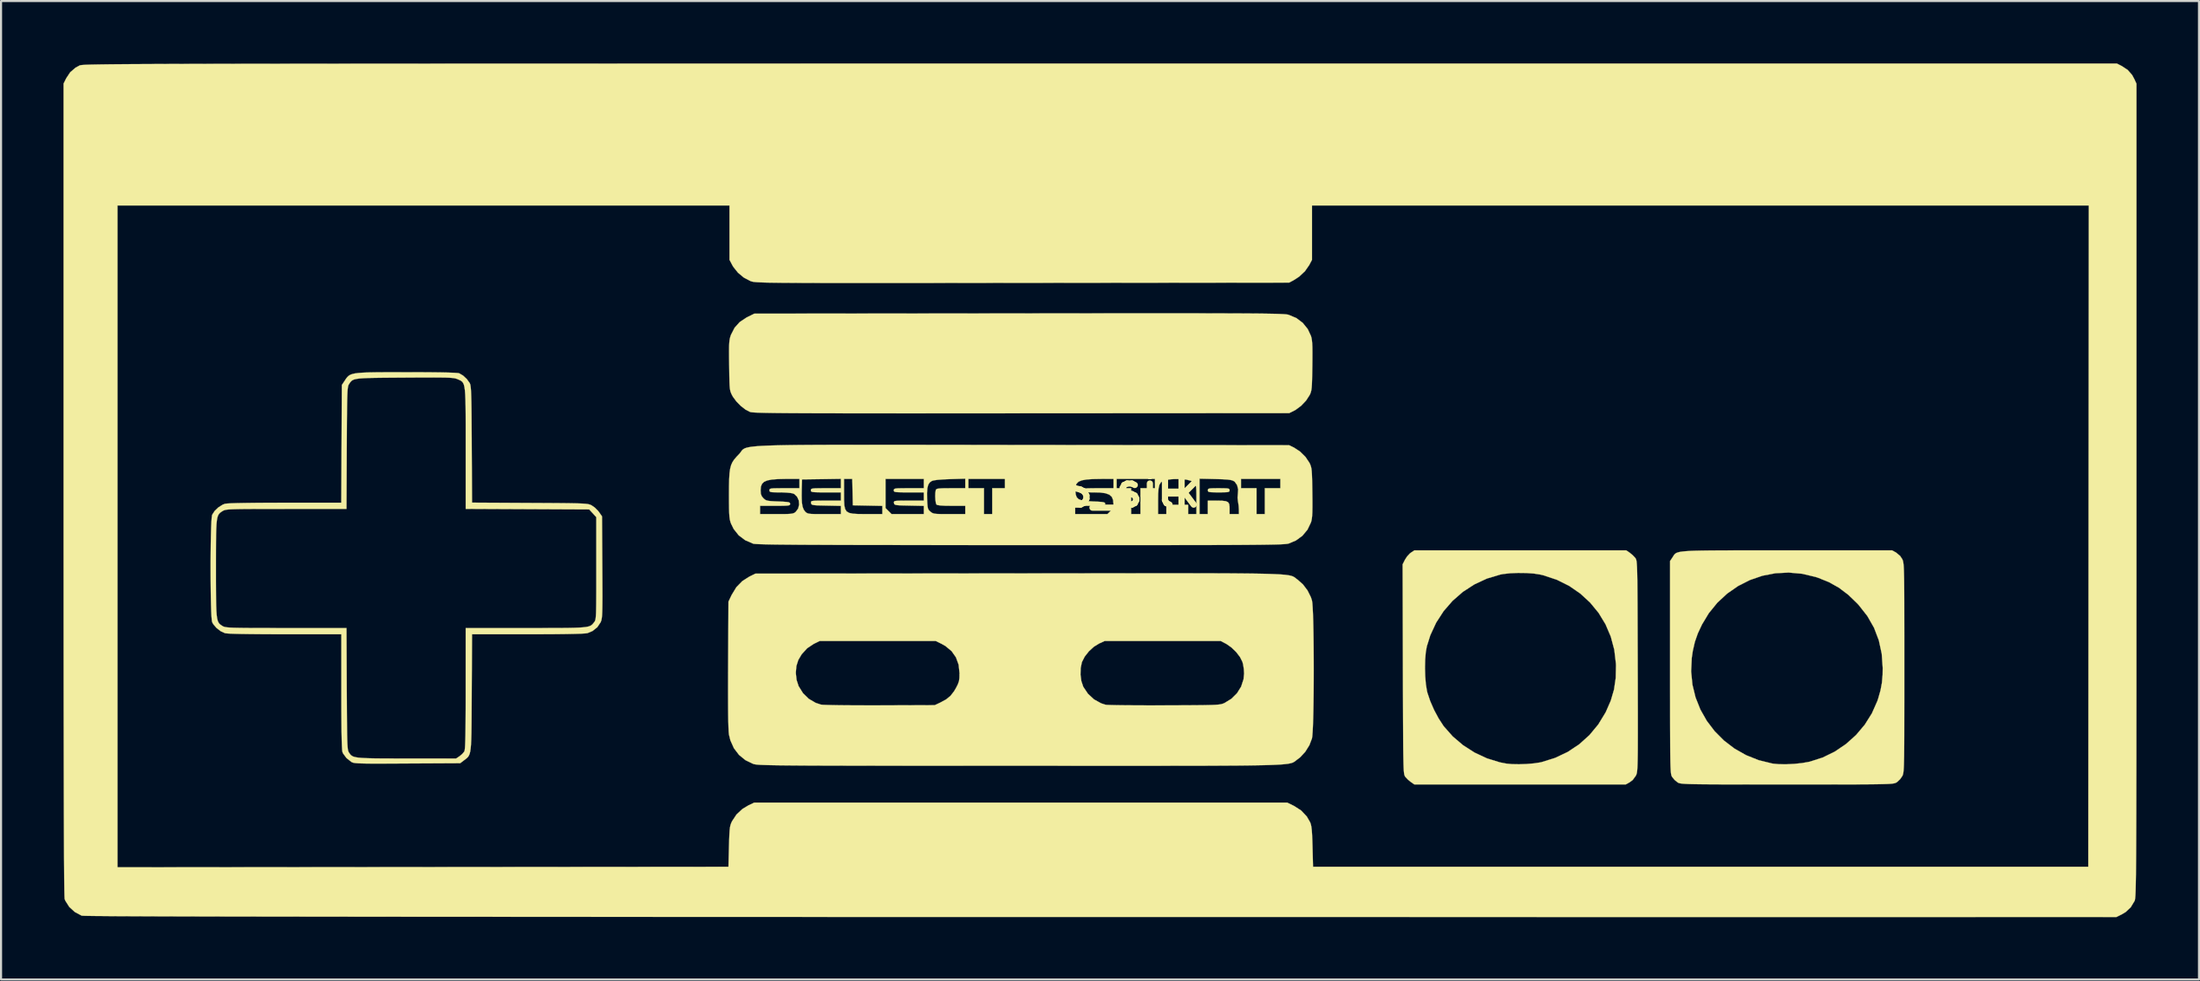
<source format=kicad_pcb>
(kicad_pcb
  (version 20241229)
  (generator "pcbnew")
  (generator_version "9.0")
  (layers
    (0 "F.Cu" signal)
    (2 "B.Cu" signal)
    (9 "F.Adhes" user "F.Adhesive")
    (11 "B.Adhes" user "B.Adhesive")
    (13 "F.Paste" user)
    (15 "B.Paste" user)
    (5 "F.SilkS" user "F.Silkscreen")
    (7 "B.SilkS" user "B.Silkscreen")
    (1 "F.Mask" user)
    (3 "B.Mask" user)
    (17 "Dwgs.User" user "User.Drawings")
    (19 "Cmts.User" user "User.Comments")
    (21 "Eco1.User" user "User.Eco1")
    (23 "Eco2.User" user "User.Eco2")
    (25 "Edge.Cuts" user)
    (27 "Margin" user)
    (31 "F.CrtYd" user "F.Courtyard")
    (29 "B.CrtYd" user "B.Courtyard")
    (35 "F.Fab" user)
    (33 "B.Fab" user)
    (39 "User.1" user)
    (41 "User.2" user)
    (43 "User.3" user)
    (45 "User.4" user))
  (footprint "NES_silk"
    (layer "F.Cu")
    (at 49.809 20.524)
    (property "Reference" "NES_silk" (at 0 0 0) (layer "F.SilkS") (effects (font (size 1.524 1.524) (thickness 0.3))))
    (attr through_hole)
    (fp_poly (pts (xy 4.224 0.112) (xy 4.239 0.299) (xy 3.181 0.299) (xy 3.197 0.112) (xy 3.212 -0.075) (xy 4.208 -0.075) (xy 4.224 0.112)) (stroke (width 0.01) (type solid)) (fill yes) (layer "F.SilkS"))
    (fp_poly (pts (xy 5.936 -0.098) (xy 6.087 -0.092) (xy 6.174 -0.078) (xy 6.214 -0.053) (xy 6.225 -0.012) (xy 6.225 0) (xy 6.219 0.044) (xy 6.188 0.073) (xy 6.114 0.09) (xy 5.98 0.097) (xy 5.768 0.1) (xy 5.703 0.1) (xy 5.469 0.098) (xy 5.318 0.092) (xy 5.231 0.078) (xy 5.191 0.053) (xy 5.18 0.012) (xy 5.18 0) (xy 5.186 -0.044) (xy 5.218 -0.073) (xy 5.291 -0.09) (xy 5.425 -0.097) (xy 5.637 -0.1) (xy 5.703 -0.1) (xy 5.936 -0.098)) (stroke (width 0.01) (type solid)) (fill yes) (layer "F.SilkS"))
    (fp_poly (pts (xy 3.562 -8.509) (xy 4.304 -8.509) (xy 4.975 -8.508) (xy 5.579 -8.507) (xy 6.12 -8.505) (xy 6.601 -8.504) (xy 7.026 -8.501) (xy 7.398 -8.499) (xy 7.721 -8.496) (xy 8 -8.492) (xy 8.236 -8.488) (xy 8.435 -8.484) (xy 8.599 -8.479) (xy 8.732 -8.473) (xy 8.838 -8.467) (xy 8.921 -8.46) (xy 8.983 -8.453) (xy 9.03 -8.445) (xy 9.059 -8.438) (xy 9.429 -8.283) (xy 9.738 -8.052) (xy 9.979 -7.755) (xy 10.136 -7.419) (xy 10.162 -7.325) (xy 10.181 -7.211) (xy 10.195 -7.066) (xy 10.203 -6.873) (xy 10.205 -6.62) (xy 10.204 -6.292) (xy 10.201 -5.991) (xy 10.195 -5.614) (xy 10.189 -5.322) (xy 10.181 -5.101) (xy 10.17 -4.937) (xy 10.154 -4.816) (xy 10.132 -4.723) (xy 10.104 -4.645) (xy 10.073 -4.58) (xy 9.899 -4.311) (xy 9.662 -4.062) (xy 9.397 -3.866) (xy 9.319 -3.824) (xy 9.089 -3.71) (xy -3.76 -3.702) (xy -5.111 -3.701) (xy -6.367 -3.7) (xy -7.529 -3.7) (xy -8.603 -3.699) (xy -9.591 -3.699) (xy -10.497 -3.7) (xy -11.325 -3.7) (xy -12.078 -3.701) (xy -12.759 -3.702) (xy -13.373 -3.703) (xy -13.922 -3.705) (xy -14.41 -3.707) (xy -14.842 -3.709) (xy -15.219 -3.712) (xy -15.546 -3.715) (xy -15.827 -3.719) (xy -16.064 -3.723) (xy -16.262 -3.728) (xy -16.424 -3.733) (xy -16.553 -3.738) (xy -16.653 -3.744) (xy -16.728 -3.751) (xy -16.78 -3.758) (xy -16.815 -3.766) (xy -16.82 -3.768) (xy -17.036 -3.88) (xy -17.264 -4.057) (xy -17.475 -4.273) (xy -17.642 -4.5) (xy -17.671 -4.552) (xy -17.713 -4.634) (xy -17.745 -4.709) (xy -17.769 -4.793) (xy -17.787 -4.899) (xy -17.799 -5.041) (xy -17.807 -5.233) (xy -17.813 -5.491) (xy -17.818 -5.828) (xy -17.82 -6.004) (xy -17.825 -6.385) (xy -17.826 -6.681) (xy -17.824 -6.907) (xy -17.817 -7.077) (xy -17.804 -7.207) (xy -17.785 -7.311) (xy -17.759 -7.403) (xy -17.733 -7.477) (xy -17.561 -7.813) (xy -17.318 -8.085) (xy -16.996 -8.301) (xy -16.945 -8.328) (xy -16.612 -8.492) (xy -3.913 -8.504) (xy -2.575 -8.506) (xy -1.333 -8.507) (xy -0.184 -8.508) (xy 0.876 -8.509) (xy 1.852 -8.509) (xy 2.746 -8.509) (xy 3.562 -8.509)) (stroke (width 0.01) (type solid)) (fill yes) (layer "F.SilkS"))
    (fp_poly (pts (xy 25.45 3.001) (xy 25.59 3.115) (xy 25.71 3.242) (xy 25.719 3.253) (xy 25.736 3.277) (xy 25.751 3.305) (xy 25.764 3.341) (xy 25.776 3.393) (xy 25.786 3.465) (xy 25.794 3.565) (xy 25.802 3.697) (xy 25.808 3.867) (xy 25.813 4.083) (xy 25.818 4.348) (xy 25.821 4.67) (xy 25.824 5.053) (xy 25.827 5.505) (xy 25.829 6.03) (xy 25.831 6.635) (xy 25.833 7.325) (xy 25.836 8.107) (xy 25.836 8.453) (xy 25.839 9.274) (xy 25.84 10.001) (xy 25.842 10.641) (xy 25.842 11.199) (xy 25.842 11.681) (xy 25.841 12.093) (xy 25.84 12.441) (xy 25.837 12.731) (xy 25.833 12.969) (xy 25.828 13.161) (xy 25.822 13.313) (xy 25.814 13.431) (xy 25.805 13.52) (xy 25.795 13.587) (xy 25.782 13.637) (xy 25.768 13.677) (xy 25.753 13.713) (xy 25.749 13.72) (xy 25.597 13.929) (xy 25.455 14.036) (xy 25.262 14.144) (xy 15.105 14.144) (xy 14.941 14.032) (xy 14.801 13.918) (xy 14.681 13.791) (xy 14.672 13.78) (xy 14.655 13.756) (xy 14.64 13.728) (xy 14.627 13.692) (xy 14.615 13.64) (xy 14.605 13.567) (xy 14.596 13.468) (xy 14.589 13.335) (xy 14.583 13.164) (xy 14.578 12.948) (xy 14.573 12.682) (xy 14.569 12.36) (xy 14.566 11.976) (xy 14.564 11.523) (xy 14.561 10.997) (xy 14.559 10.391) (xy 14.557 9.699) (xy 14.555 8.915) (xy 14.554 8.6) (xy 14.554 8.537) (xy 15.614 8.537) (xy 15.625 8.935) (xy 15.655 9.309) (xy 15.706 9.63) (xy 15.731 9.737) (xy 15.866 10.137) (xy 16.051 10.561) (xy 16.269 10.969) (xy 16.499 11.323) (xy 16.525 11.358) (xy 16.95 11.838) (xy 17.446 12.259) (xy 17.998 12.613) (xy 18.592 12.89) (xy 19.212 13.082) (xy 19.532 13.144) (xy 19.804 13.169) (xy 20.138 13.175) (xy 20.496 13.162) (xy 20.842 13.133) (xy 21.14 13.088) (xy 21.216 13.072) (xy 21.869 12.868) (xy 22.475 12.581) (xy 23.026 12.214) (xy 23.516 11.773) (xy 23.939 11.264) (xy 24.288 10.691) (xy 24.305 10.658) (xy 24.542 10.116) (xy 24.699 9.58) (xy 24.78 9.024) (xy 24.793 8.421) (xy 24.789 8.33) (xy 24.711 7.666) (xy 24.542 7.034) (xy 24.289 6.442) (xy 23.957 5.895) (xy 23.551 5.401) (xy 23.079 4.967) (xy 22.546 4.599) (xy 21.957 4.305) (xy 21.318 4.091) (xy 21.154 4.052) (xy 20.849 4.004) (xy 20.482 3.978) (xy 20.089 3.973) (xy 19.705 3.989) (xy 19.367 4.027) (xy 19.235 4.052) (xy 18.59 4.245) (xy 17.988 4.525) (xy 17.436 4.883) (xy 16.941 5.314) (xy 16.511 5.809) (xy 16.152 6.364) (xy 15.871 6.97) (xy 15.703 7.504) (xy 15.652 7.791) (xy 15.623 8.146) (xy 15.614 8.537) (xy 14.554 8.537) (xy 14.541 3.561) (xy 14.654 3.337) (xy 14.758 3.177) (xy 14.887 3.039) (xy 14.936 3.001) (xy 15.105 2.889) (xy 25.286 2.889) (xy 25.45 3.001)) (stroke (width 0.01) (type solid)) (fill yes) (layer "F.SilkS"))
    (fp_poly (pts (xy 32.164 2.889) (xy 33.003 2.889) (xy 33.013 2.889) (xy 38.062 2.889) (xy 38.255 2.997) (xy 38.45 3.161) (xy 38.548 3.312) (xy 38.564 3.347) (xy 38.579 3.387) (xy 38.591 3.436) (xy 38.602 3.502) (xy 38.612 3.589) (xy 38.62 3.704) (xy 38.627 3.853) (xy 38.632 4.042) (xy 38.637 4.277) (xy 38.64 4.563) (xy 38.643 4.907) (xy 38.645 5.315) (xy 38.646 5.792) (xy 38.647 6.345) (xy 38.648 6.98) (xy 38.648 7.702) (xy 38.648 8.517) (xy 38.648 8.534) (xy 38.648 9.352) (xy 38.648 10.076) (xy 38.647 10.712) (xy 38.646 11.267) (xy 38.645 11.745) (xy 38.643 12.154) (xy 38.64 12.499) (xy 38.637 12.786) (xy 38.632 13.021) (xy 38.627 13.211) (xy 38.62 13.359) (xy 38.612 13.474) (xy 38.603 13.561) (xy 38.592 13.625) (xy 38.579 13.674) (xy 38.565 13.711) (xy 38.55 13.743) (xy 38.444 13.894) (xy 38.309 14.022) (xy 38.282 14.04) (xy 38.254 14.057) (xy 38.223 14.072) (xy 38.183 14.085) (xy 38.13 14.096) (xy 38.055 14.106) (xy 37.955 14.115) (xy 37.822 14.122) (xy 37.652 14.127) (xy 37.438 14.132) (xy 37.174 14.136) (xy 36.855 14.139) (xy 36.474 14.141) (xy 36.026 14.142) (xy 35.505 14.143) (xy 34.905 14.144) (xy 34.22 14.144) (xy 33.444 14.144) (xy 33.014 14.144) (xy 32.19 14.144) (xy 31.459 14.144) (xy 30.816 14.143) (xy 30.255 14.143) (xy 29.771 14.141) (xy 29.356 14.139) (xy 29.006 14.137) (xy 28.715 14.133) (xy 28.476 14.129) (xy 28.284 14.124) (xy 28.133 14.117) (xy 28.017 14.109) (xy 27.93 14.1) (xy 27.867 14.09) (xy 27.821 14.077) (xy 27.786 14.064) (xy 27.758 14.048) (xy 27.753 14.045) (xy 27.612 13.93) (xy 27.495 13.789) (xy 27.491 13.784) (xy 27.476 13.756) (xy 27.461 13.723) (xy 27.449 13.679) (xy 27.438 13.619) (xy 27.429 13.537) (xy 27.421 13.427) (xy 27.414 13.283) (xy 27.408 13.099) (xy 27.404 12.869) (xy 27.4 12.587) (xy 27.398 12.248) (xy 27.396 11.846) (xy 27.394 11.375) (xy 27.393 10.829) (xy 27.393 10.201) (xy 27.392 9.487) (xy 27.392 8.711) (xy 28.403 8.711) (xy 28.466 9.348) (xy 28.616 9.962) (xy 28.848 10.544) (xy 29.157 11.089) (xy 29.536 11.587) (xy 29.98 12.033) (xy 30.483 12.418) (xy 31.04 12.735) (xy 31.644 12.977) (xy 32.29 13.136) (xy 32.358 13.147) (xy 32.642 13.173) (xy 32.987 13.175) (xy 33.36 13.156) (xy 33.727 13.118) (xy 34.053 13.061) (xy 34.11 13.048) (xy 34.73 12.849) (xy 35.312 12.563) (xy 35.848 12.199) (xy 36.329 11.767) (xy 36.746 11.273) (xy 37.089 10.727) (xy 37.35 10.138) (xy 37.393 10.011) (xy 37.503 9.622) (xy 37.571 9.26) (xy 37.604 8.88) (xy 37.61 8.545) (xy 37.562 7.86) (xy 37.423 7.216) (xy 37.193 6.611) (xy 36.871 6.046) (xy 36.457 5.519) (xy 36.385 5.441) (xy 35.949 5.021) (xy 35.505 4.685) (xy 35.031 4.419) (xy 34.503 4.206) (xy 34.387 4.168) (xy 33.74 4.014) (xy 33.092 3.956) (xy 32.451 3.989) (xy 31.826 4.11) (xy 31.226 4.316) (xy 30.66 4.603) (xy 30.137 4.966) (xy 29.665 5.403) (xy 29.253 5.91) (xy 28.926 6.453) (xy 28.725 6.882) (xy 28.583 7.289) (xy 28.485 7.717) (xy 28.434 8.059) (xy 28.403 8.711) (xy 27.392 8.711) (xy 27.392 8.681) (xy 27.392 8.511) (xy 27.392 3.401) (xy 27.505 3.232) (xy 27.54 3.178) (xy 27.57 3.129) (xy 27.601 3.086) (xy 27.64 3.049) (xy 27.691 3.016) (xy 27.762 2.989) (xy 27.856 2.965) (xy 27.981 2.946) (xy 28.142 2.93) (xy 28.345 2.917) (xy 28.595 2.907) (xy 28.899 2.9) (xy 29.261 2.895) (xy 29.689 2.892) (xy 30.187 2.89) (xy 30.762 2.889) (xy 31.419 2.888) (xy 32.164 2.889)) (stroke (width 0.01) (type solid)) (fill yes) (layer "F.SilkS"))
    (fp_poly (pts (xy 4.355 3.99) (xy 5.033 3.991) (xy 5.645 3.993) (xy 6.193 3.995) (xy 6.682 3.999) (xy 7.115 4.003) (xy 7.497 4.008) (xy 7.829 4.014) (xy 8.117 4.022) (xy 8.364 4.031) (xy 8.573 4.041) (xy 8.749 4.052) (xy 8.894 4.065) (xy 9.013 4.08) (xy 9.108 4.096) (xy 9.185 4.114) (xy 9.246 4.134) (xy 9.295 4.156) (xy 9.336 4.179) (xy 9.372 4.205) (xy 9.407 4.233) (xy 9.445 4.263) (xy 9.49 4.296) (xy 9.494 4.299) (xy 9.75 4.525) (xy 9.97 4.816) (xy 10.132 5.141) (xy 10.184 5.302) (xy 10.202 5.424) (xy 10.217 5.635) (xy 10.231 5.923) (xy 10.243 6.277) (xy 10.252 6.686) (xy 10.259 7.138) (xy 10.264 7.624) (xy 10.267 8.131) (xy 10.268 8.649) (xy 10.267 9.166) (xy 10.264 9.671) (xy 10.258 10.153) (xy 10.251 10.601) (xy 10.241 11.003) (xy 10.229 11.35) (xy 10.215 11.628) (xy 10.199 11.828) (xy 10.184 11.93) (xy 10.059 12.258) (xy 9.865 12.569) (xy 9.625 12.831) (xy 9.495 12.932) (xy 9.45 12.965) (xy 9.412 12.996) (xy 9.376 13.024) (xy 9.34 13.05) (xy 9.3 13.074) (xy 9.252 13.096) (xy 9.192 13.116) (xy 9.117 13.134) (xy 9.023 13.151) (xy 8.906 13.165) (xy 8.763 13.179) (xy 8.59 13.19) (xy 8.384 13.201) (xy 8.14 13.21) (xy 7.856 13.218) (xy 7.526 13.224) (xy 7.149 13.23) (xy 6.719 13.235) (xy 6.235 13.238) (xy 5.69 13.241) (xy 5.083 13.244) (xy 4.409 13.245) (xy 3.665 13.246) (xy 2.847 13.247) (xy 1.952 13.247) (xy 0.975 13.247) (xy -0.086 13.247) (xy -1.237 13.247) (xy -2.479 13.246) (xy -3.817 13.246) (xy -3.831 13.246) (xy -5.156 13.246) (xy -6.384 13.246) (xy -7.521 13.245) (xy -8.569 13.245) (xy -9.531 13.244) (xy -10.413 13.244) (xy -11.217 13.243) (xy -11.947 13.242) (xy -12.608 13.24) (xy -13.201 13.239) (xy -13.732 13.237) (xy -14.204 13.235) (xy -14.62 13.232) (xy -14.985 13.229) (xy -15.302 13.226) (xy -15.574 13.222) (xy -15.805 13.218) (xy -16 13.213) (xy -16.161 13.208) (xy -16.293 13.203) (xy -16.398 13.197) (xy -16.481 13.19) (xy -16.546 13.182) (xy -16.596 13.174) (xy -16.634 13.166) (xy -16.665 13.156) (xy -16.668 13.156) (xy -17.038 12.977) (xy -17.349 12.723) (xy -17.593 12.402) (xy -17.763 12.022) (xy -17.83 11.748) (xy -17.843 11.621) (xy -17.854 11.405) (xy -17.863 11.1) (xy -17.869 10.703) (xy -17.872 10.213) (xy -17.873 9.628) (xy -17.872 8.946) (xy -17.871 8.779) (xy -14.619 8.779) (xy -14.583 9.113) (xy -14.486 9.413) (xy -14.275 9.754) (xy -13.997 10.027) (xy -13.664 10.222) (xy -13.41 10.306) (xy -13.325 10.315) (xy -13.151 10.322) (xy -12.897 10.329) (xy -12.573 10.335) (xy -12.19 10.339) (xy -11.758 10.342) (xy -11.286 10.343) (xy -10.785 10.343) (xy -10.583 10.343) (xy -7.944 10.334) (xy -7.67 10.205) (xy -7.393 10.054) (xy -7.186 9.884) (xy -7.016 9.667) (xy -6.92 9.503) (xy -6.832 9.329) (xy -6.781 9.187) (xy -6.758 9.035) (xy -6.753 8.87) (xy -0.938 8.87) (xy -0.897 9.178) (xy -0.809 9.439) (xy -0.803 9.453) (xy -0.578 9.787) (xy -0.289 10.055) (xy 0.053 10.244) (xy 0.268 10.313) (xy 0.347 10.32) (xy 0.515 10.326) (xy 0.763 10.332) (xy 1.081 10.337) (xy 1.46 10.34) (xy 1.889 10.342) (xy 2.358 10.344) (xy 2.859 10.343) (xy 3.088 10.343) (xy 3.671 10.341) (xy 4.163 10.339) (xy 4.573 10.336) (xy 4.909 10.333) (xy 5.18 10.328) (xy 5.393 10.323) (xy 5.559 10.315) (xy 5.685 10.305) (xy 5.779 10.293) (xy 5.851 10.277) (xy 5.909 10.259) (xy 5.962 10.237) (xy 5.983 10.228) (xy 6.315 10.024) (xy 6.584 9.756) (xy 6.781 9.439) (xy 6.896 9.086) (xy 6.923 8.812) (xy 6.91 8.595) (xy 6.876 8.378) (xy 6.843 8.252) (xy 6.726 8.018) (xy 6.542 7.778) (xy 6.317 7.56) (xy 6.078 7.392) (xy 6.057 7.381) (xy 5.802 7.246) (xy 0.224 7.246) (xy -0.038 7.365) (xy -0.293 7.521) (xy -0.534 7.741) (xy -0.735 7.996) (xy -0.868 8.256) (xy -0.874 8.273) (xy -0.931 8.555) (xy -0.938 8.87) (xy -6.753 8.87) (xy -6.752 8.833) (xy -6.752 8.79) (xy -6.795 8.385) (xy -6.924 8.031) (xy -7.135 7.732) (xy -7.429 7.488) (xy -7.612 7.385) (xy -7.894 7.246) (xy -13.472 7.246) (xy -13.757 7.386) (xy -14.074 7.597) (xy -14.338 7.888) (xy -14.499 8.161) (xy -14.591 8.45) (xy -14.619 8.779) (xy -17.871 8.779) (xy -17.87 8.392) (xy -17.855 5.354) (xy -17.7 5.03) (xy -17.475 4.659) (xy -17.189 4.366) (xy -16.853 4.153) (xy -16.56 4.009) (xy -3.911 3.996) (xy -2.568 3.995) (xy -1.32 3.994) (xy -0.165 3.992) (xy 0.902 3.991) (xy 1.884 3.99) (xy 2.784 3.99) (xy 3.606 3.99) (xy 4.355 3.99)) (stroke (width 0.01) (type solid)) (fill yes) (layer "F.SilkS"))
    (fp_poly (pts (xy 49.096 -20.399) (xy 49.382 -20.211) (xy 49.593 -19.97) (xy 49.7 -19.772) (xy 49.802 -19.548) (xy 49.802 0) (xy 49.802 1.661) (xy 49.802 3.226) (xy 49.802 4.697) (xy 49.801 6.077) (xy 49.801 7.369) (xy 49.801 8.576) (xy 49.801 9.702) (xy 49.8 10.748) (xy 49.799 11.718) (xy 49.799 12.614) (xy 49.798 13.44) (xy 49.796 14.199) (xy 49.795 14.894) (xy 49.794 15.527) (xy 49.792 16.101) (xy 49.79 16.619) (xy 49.788 17.085) (xy 49.786 17.501) (xy 49.783 17.87) (xy 49.78 18.195) (xy 49.777 18.479) (xy 49.773 18.724) (xy 49.769 18.935) (xy 49.765 19.113) (xy 49.761 19.262) (xy 49.756 19.384) (xy 49.751 19.483) (xy 49.745 19.562) (xy 49.739 19.623) (xy 49.733 19.669) (xy 49.726 19.703) (xy 49.719 19.728) (xy 49.711 19.747) (xy 49.527 20.051) (xy 49.282 20.281) (xy 49.096 20.391) (xy 48.838 20.519) (xy 0.028 20.515) (xy -2.766 20.515) (xy -5.462 20.515) (xy -8.06 20.515) (xy -10.564 20.514) (xy -12.973 20.514) (xy -15.29 20.513) (xy -17.515 20.513) (xy -19.651 20.512) (xy -21.698 20.511) (xy -23.658 20.511) (xy -25.533 20.51) (xy -27.323 20.509) (xy -29.031 20.508) (xy -30.657 20.507) (xy -32.203 20.506) (xy -33.67 20.505) (xy -35.06 20.504) (xy -36.375 20.502) (xy -37.615 20.501) (xy -38.781 20.499) (xy -39.877 20.498) (xy -40.901 20.496) (xy -41.857 20.495) (xy -42.746 20.493) (xy -43.569 20.491) (xy -44.326 20.489) (xy -45.021 20.487) (xy -45.654 20.485) (xy -46.226 20.482) (xy -46.739 20.48) (xy -47.195 20.478) (xy -47.594 20.475) (xy -47.938 20.472) (xy -48.229 20.47) (xy -48.468 20.467) (xy -48.656 20.464) (xy -48.795 20.461) (xy -48.886 20.457) (xy -48.93 20.454) (xy -48.935 20.453) (xy -49.264 20.278) (xy -49.529 20.036) (xy -49.718 19.738) (xy -49.751 19.657) (xy -49.756 19.604) (xy -49.761 19.474) (xy -49.766 19.264) (xy -49.77 18.974) (xy -49.774 18.602) (xy -49.777 18.148) (xy -49.781 17.611) (xy -49.784 16.989) (xy -49.787 16.282) (xy -49.79 15.488) (xy -49.792 14.606) (xy -49.794 13.636) (xy -49.796 12.576) (xy -49.798 11.425) (xy -49.8 10.183) (xy -49.801 8.847) (xy -49.802 7.418) (xy -49.803 5.893) (xy -49.803 4.273) (xy -49.804 2.555) (xy -49.804 0.74) (xy -49.804 -0.018) (xy -49.804 -13.696) (xy -47.214 -13.696) (xy -47.214 18.129) (xy -17.855 18.104) (xy -17.83 17.133) (xy -17.82 16.793) (xy -17.81 16.537) (xy -17.798 16.347) (xy -17.781 16.206) (xy -17.758 16.098) (xy -17.726 16.007) (xy -17.684 15.916) (xy -17.472 15.594) (xy -17.186 15.325) (xy -16.891 15.148) (xy -16.61 15.016) (xy 8.992 15.016) (xy 9.326 15.18) (xy 9.667 15.4) (xy 9.935 15.685) (xy 10.097 15.966) (xy 10.129 16.056) (xy 10.154 16.174) (xy 10.174 16.333) (xy 10.189 16.551) (xy 10.201 16.841) (xy 10.21 17.133) (xy 10.235 18.104) (xy 47.488 18.104) (xy 47.513 -13.696) (xy 10.185 -13.696) (xy 10.185 -11.081) (xy 10.052 -10.829) (xy 9.847 -10.534) (xy 9.569 -10.273) (xy 9.303 -10.1) (xy 9.089 -9.986) (xy -3.72 -9.973) (xy -5.054 -9.972) (xy -6.293 -9.97) (xy -7.439 -9.969) (xy -8.496 -9.968) (xy -9.468 -9.968) (xy -10.36 -9.967) (xy -11.173 -9.967) (xy -11.913 -9.967) (xy -12.582 -9.968) (xy -13.184 -9.968) (xy -13.724 -9.969) (xy -14.204 -9.971) (xy -14.629 -9.972) (xy -15.001 -9.975) (xy -15.326 -9.977) (xy -15.605 -9.981) (xy -15.844 -9.984) (xy -16.045 -9.988) (xy -16.213 -9.993) (xy -16.35 -9.999) (xy -16.461 -10.004) (xy -16.55 -10.011) (xy -16.619 -10.018) (xy -16.673 -10.026) (xy -16.715 -10.035) (xy -16.75 -10.044) (xy -16.78 -10.054) (xy -16.801 -10.062) (xy -17.113 -10.225) (xy -17.396 -10.46) (xy -17.62 -10.74) (xy -17.67 -10.826) (xy -17.805 -11.081) (xy -17.805 -13.696) (xy -47.214 -13.696) (xy -49.804 -13.696) (xy -49.804 -19.553) (xy -49.676 -19.811) (xy -49.484 -20.101) (xy -49.227 -20.321) (xy -49.032 -20.426) (xy -49.019 -20.431) (xy -49.001 -20.436) (xy -48.976 -20.44) (xy -48.942 -20.445) (xy -48.897 -20.449) (xy -48.84 -20.453) (xy -48.769 -20.457) (xy -48.682 -20.461) (xy -48.576 -20.464) (xy -48.451 -20.468) (xy -48.304 -20.471) (xy -48.133 -20.474) (xy -47.937 -20.477) (xy -47.714 -20.48) (xy -47.462 -20.483) (xy -47.179 -20.485) (xy -46.863 -20.488) (xy -46.513 -20.49) (xy -46.126 -20.492) (xy -45.701 -20.494) (xy -45.236 -20.496) (xy -44.729 -20.498) (xy -44.178 -20.5) (xy -43.581 -20.501) (xy -42.937 -20.503) (xy -42.244 -20.504) (xy -41.5 -20.506) (xy -40.703 -20.507) (xy -39.85 -20.508) (xy -38.942 -20.509) (xy -37.974 -20.51) (xy -36.947 -20.511) (xy -35.857 -20.512) (xy -34.703 -20.513) (xy -33.483 -20.513) (xy -32.196 -20.514) (xy -30.839 -20.515) (xy -29.411 -20.515) (xy -27.909 -20.516) (xy -26.332 -20.516) (xy -24.679 -20.516) (xy -22.947 -20.517) (xy -21.134 -20.517) (xy -19.239 -20.517) (xy -17.259 -20.517) (xy -15.193 -20.517) (xy -13.04 -20.518) (xy -10.796 -20.518) (xy -8.461 -20.518) (xy -6.033 -20.518) (xy -3.509 -20.518) (xy -0.888 -20.518) (xy 0.014 -20.518) (xy 48.861 -20.519) (xy 49.096 -20.399)) (stroke (width 0.01) (type solid)) (fill yes) (layer "F.SilkS"))
    (fp_poly (pts (xy -32.689 -5.676) (xy -32.135 -5.672) (xy -31.675 -5.667) (xy -31.309 -5.659) (xy -31.038 -5.649) (xy -30.865 -5.637) (xy -30.795 -5.625) (xy -30.61 -5.517) (xy -30.43 -5.35) (xy -30.289 -5.155) (xy -30.271 -5.114) (xy -30.256 -5.058) (xy -30.243 -4.976) (xy -30.232 -4.863) (xy -30.223 -4.71) (xy -30.216 -4.508) (xy -30.209 -4.25) (xy -30.204 -3.928) (xy -30.2 -3.534) (xy -30.197 -3.06) (xy -30.193 -2.498) (xy -30.192 -2.205) (xy -30.177 0.594) (xy -27.403 0.609) (xy -26.806 0.612) (xy -26.301 0.615) (xy -25.88 0.618) (xy -25.532 0.622) (xy -25.252 0.627) (xy -25.029 0.633) (xy -24.857 0.64) (xy -24.726 0.65) (xy -24.629 0.661) (xy -24.557 0.676) (xy -24.502 0.693) (xy -24.455 0.713) (xy -24.429 0.727) (xy -24.277 0.833) (xy -24.129 0.98) (xy -24.08 1.042) (xy -23.931 1.254) (xy -23.917 3.692) (xy -23.914 4.25) (xy -23.912 4.717) (xy -23.911 5.102) (xy -23.913 5.415) (xy -23.916 5.664) (xy -23.921 5.859) (xy -23.928 6.007) (xy -23.939 6.119) (xy -23.952 6.203) (xy -23.968 6.268) (xy -23.989 6.323) (xy -23.998 6.345) (xy -24.156 6.583) (xy -24.386 6.766) (xy -24.628 6.868) (xy -24.734 6.882) (xy -24.939 6.894) (xy -25.244 6.904) (xy -25.647 6.912) (xy -26.149 6.918) (xy -26.749 6.921) (xy -27.447 6.922) (xy -27.502 6.922) (xy -30.177 6.923) (xy -30.192 9.724) (xy -30.195 10.343) (xy -30.198 10.871) (xy -30.202 11.315) (xy -30.207 11.683) (xy -30.215 11.984) (xy -30.227 12.225) (xy -30.243 12.415) (xy -30.265 12.562) (xy -30.293 12.673) (xy -30.328 12.757) (xy -30.371 12.822) (xy -30.423 12.875) (xy -30.485 12.925) (xy -30.559 12.98) (xy -30.563 12.984) (xy -30.746 13.123) (xy -33.29 13.136) (xy -33.86 13.139) (xy -34.339 13.141) (xy -34.735 13.141) (xy -35.058 13.141) (xy -35.315 13.138) (xy -35.514 13.133) (xy -35.666 13.126) (xy -35.777 13.117) (xy -35.857 13.105) (xy -35.914 13.09) (xy -35.957 13.071) (xy -35.983 13.056) (xy -36.211 12.873) (xy -36.369 12.661) (xy -36.403 12.585) (xy -36.417 12.497) (xy -36.428 12.309) (xy -36.438 12.023) (xy -36.446 11.638) (xy -36.451 11.154) (xy -36.455 10.572) (xy -36.456 9.893) (xy -36.456 9.684) (xy -36.456 6.923) (xy -39.158 6.922) (xy -39.819 6.921) (xy -40.401 6.918) (xy -40.901 6.913) (xy -41.316 6.907) (xy -41.643 6.898) (xy -41.878 6.888) (xy -42.018 6.876) (xy -42.048 6.87) (xy -42.255 6.775) (xy -42.454 6.621) (xy -42.611 6.439) (xy -42.664 6.34) (xy -42.681 6.249) (xy -42.696 6.071) (xy -42.709 5.817) (xy -42.719 5.5) (xy -42.727 5.133) (xy -42.733 4.726) (xy -42.737 4.293) (xy -42.738 3.846) (xy -42.738 3.76) (xy -42.483 3.76) (xy -42.483 4.332) (xy -42.481 4.813) (xy -42.478 5.211) (xy -42.472 5.536) (xy -42.462 5.796) (xy -42.447 5.999) (xy -42.426 6.153) (xy -42.398 6.269) (xy -42.362 6.354) (xy -42.317 6.416) (xy -42.262 6.465) (xy -42.196 6.51) (xy -42.163 6.53) (xy -42.127 6.55) (xy -42.082 6.566) (xy -42.02 6.58) (xy -41.935 6.592) (xy -41.817 6.601) (xy -41.659 6.609) (xy -41.453 6.614) (xy -41.191 6.618) (xy -40.864 6.621) (xy -40.466 6.622) (xy -39.989 6.623) (xy -39.423 6.624) (xy -39.11 6.624) (xy -36.21 6.624) (xy -36.197 9.55) (xy -36.193 10.164) (xy -36.19 10.686) (xy -36.187 11.125) (xy -36.183 11.487) (xy -36.179 11.781) (xy -36.173 12.015) (xy -36.166 12.197) (xy -36.157 12.334) (xy -36.147 12.435) (xy -36.134 12.507) (xy -36.118 12.558) (xy -36.1 12.596) (xy -36.085 12.619) (xy -36.042 12.681) (xy -35.998 12.732) (xy -35.943 12.774) (xy -35.869 12.809) (xy -35.767 12.836) (xy -35.63 12.857) (xy -35.447 12.872) (xy -35.212 12.883) (xy -34.915 12.89) (xy -34.548 12.894) (xy -34.101 12.896) (xy -33.568 12.897) (xy -33.314 12.897) (xy -30.943 12.899) (xy -30.774 12.786) (xy -30.648 12.681) (xy -30.554 12.568) (xy -30.544 12.549) (xy -30.53 12.498) (xy -30.518 12.401) (xy -30.508 12.25) (xy -30.5 12.04) (xy -30.493 11.765) (xy -30.488 11.419) (xy -30.485 10.995) (xy -30.482 10.487) (xy -30.481 9.889) (xy -30.481 9.525) (xy -30.48 6.624) (xy -27.589 6.624) (xy -26.962 6.624) (xy -26.426 6.623) (xy -25.974 6.622) (xy -25.599 6.619) (xy -25.292 6.613) (xy -25.045 6.604) (xy -24.851 6.591) (xy -24.701 6.574) (xy -24.589 6.552) (xy -24.506 6.524) (xy -24.444 6.49) (xy -24.395 6.448) (xy -24.352 6.399) (xy -24.309 6.344) (xy -24.285 6.312) (xy -24.265 6.275) (xy -24.249 6.224) (xy -24.236 6.151) (xy -24.226 6.047) (xy -24.218 5.904) (xy -24.213 5.712) (xy -24.209 5.464) (xy -24.207 5.15) (xy -24.205 4.762) (xy -24.205 4.292) (xy -24.205 3.753) (xy -24.205 1.293) (xy -24.546 0.921) (xy -30.48 0.894) (xy -30.48 -1.998) (xy -30.48 -2.638) (xy -30.48 -3.185) (xy -30.482 -3.648) (xy -30.486 -4.034) (xy -30.493 -4.351) (xy -30.504 -4.606) (xy -30.519 -4.806) (xy -30.541 -4.96) (xy -30.568 -5.075) (xy -30.604 -5.158) (xy -30.647 -5.217) (xy -30.699 -5.26) (xy -30.762 -5.294) (xy -30.835 -5.326) (xy -30.861 -5.338) (xy -30.916 -5.36) (xy -30.977 -5.378) (xy -31.053 -5.393) (xy -31.154 -5.404) (xy -31.289 -5.413) (xy -31.467 -5.419) (xy -31.698 -5.422) (xy -31.99 -5.424) (xy -32.353 -5.423) (xy -32.795 -5.422) (xy -33.327 -5.419) (xy -33.407 -5.418) (xy -33.968 -5.415) (xy -34.437 -5.411) (xy -34.825 -5.406) (xy -35.139 -5.4) (xy -35.389 -5.389) (xy -35.583 -5.375) (xy -35.73 -5.355) (xy -35.839 -5.329) (xy -35.918 -5.295) (xy -35.976 -5.253) (xy -36.022 -5.201) (xy -36.066 -5.139) (xy -36.095 -5.094) (xy -36.113 -5.06) (xy -36.129 -5.013) (xy -36.142 -4.947) (xy -36.154 -4.852) (xy -36.163 -4.721) (xy -36.171 -4.546) (xy -36.177 -4.321) (xy -36.182 -4.035) (xy -36.186 -3.683) (xy -36.19 -3.256) (xy -36.193 -2.747) (xy -36.196 -2.146) (xy -36.197 -2.032) (xy -36.21 0.896) (xy -39.104 0.896) (xy -39.714 0.897) (xy -40.232 0.897) (xy -40.667 0.898) (xy -41.026 0.9) (xy -41.317 0.903) (xy -41.548 0.908) (xy -41.728 0.914) (xy -41.864 0.922) (xy -41.964 0.932) (xy -42.037 0.945) (xy -42.089 0.961) (xy -42.13 0.979) (xy -42.16 0.997) (xy -42.232 1.042) (xy -42.292 1.088) (xy -42.342 1.143) (xy -42.382 1.215) (xy -42.414 1.314) (xy -42.438 1.447) (xy -42.456 1.625) (xy -42.468 1.854) (xy -42.476 2.144) (xy -42.48 2.503) (xy -42.482 2.941) (xy -42.483 3.465) (xy -42.483 3.76) (xy -42.738 3.76) (xy -42.738 3.396) (xy -42.735 2.956) (xy -42.73 2.538) (xy -42.722 2.154) (xy -42.713 1.817) (xy -42.701 1.538) (xy -42.687 1.329) (xy -42.671 1.204) (xy -42.664 1.18) (xy -42.546 0.996) (xy -42.366 0.823) (xy -42.158 0.692) (xy -42.048 0.65) (xy -41.95 0.638) (xy -41.756 0.627) (xy -41.469 0.617) (xy -41.092 0.61) (xy -40.628 0.604) (xy -40.081 0.6) (xy -39.454 0.598) (xy -39.16 0.598) (xy -36.459 0.598) (xy -36.445 -2.232) (xy -36.432 -5.062) (xy -36.291 -5.274) (xy -36.233 -5.362) (xy -36.178 -5.435) (xy -36.116 -5.496) (xy -36.04 -5.546) (xy -35.942 -5.585) (xy -35.812 -5.616) (xy -35.641 -5.639) (xy -35.422 -5.655) (xy -35.146 -5.666) (xy -34.804 -5.672) (xy -34.387 -5.675) (xy -33.888 -5.676) (xy -33.335 -5.677) (xy -32.689 -5.676)) (stroke (width 0.01) (type solid)) (fill yes) (layer "F.SilkS"))
    (fp_poly (pts (xy -10.675 -2.187) (xy -9.776 -2.187) (xy -8.797 -2.186) (xy -7.732 -2.184) (xy -6.58 -2.183) (xy -5.336 -2.181) (xy -3.996 -2.179) (xy -3.734 -2.179) (xy 9.089 -2.166) (xy 9.323 -2.051) (xy 9.612 -1.862) (xy 9.87 -1.607) (xy 10.063 -1.319) (xy 10.07 -1.305) (xy 10.106 -1.225) (xy 10.134 -1.146) (xy 10.156 -1.051) (xy 10.171 -0.928) (xy 10.182 -0.761) (xy 10.19 -0.536) (xy 10.196 -0.239) (xy 10.201 0.114) (xy 10.205 0.507) (xy 10.205 0.815) (xy 10.201 1.051) (xy 10.192 1.23) (xy 10.177 1.366) (xy 10.156 1.473) (xy 10.136 1.543) (xy 9.968 1.895) (xy 9.723 2.189) (xy 9.41 2.416) (xy 9.066 2.56) (xy 9.032 2.568) (xy 8.984 2.576) (xy 8.92 2.583) (xy 8.835 2.59) (xy 8.727 2.596) (xy 8.591 2.602) (xy 8.425 2.607) (xy 8.223 2.611) (xy 7.983 2.615) (xy 7.701 2.619) (xy 7.373 2.622) (xy 6.997 2.625) (xy 6.567 2.628) (xy 6.081 2.63) (xy 5.534 2.632) (xy 4.924 2.633) (xy 4.246 2.634) (xy 3.497 2.635) (xy 2.674 2.636) (xy 1.772 2.636) (xy 0.788 2.637) (xy -0.282 2.637) (xy -1.44 2.637) (xy -2.692 2.637) (xy -3.831 2.636) (xy -5.196 2.636) (xy -6.464 2.635) (xy -7.639 2.635) (xy -8.724 2.634) (xy -9.723 2.632) (xy -10.639 2.631) (xy -11.475 2.63) (xy -12.234 2.628) (xy -12.92 2.626) (xy -13.537 2.623) (xy -14.086 2.621) (xy -14.572 2.618) (xy -14.998 2.614) (xy -15.368 2.611) (xy -15.683 2.607) (xy -15.949 2.602) (xy -16.168 2.597) (xy -16.343 2.592) (xy -16.478 2.586) (xy -16.575 2.58) (xy -16.64 2.573) (xy -16.67 2.567) (xy -17.05 2.402) (xy -17.363 2.165) (xy -17.604 1.861) (xy -17.736 1.592) (xy -17.767 1.498) (xy -17.791 1.395) (xy -17.808 1.267) (xy -17.819 1.099) (xy -17.826 0.876) (xy -17.827 0.747) (xy -16.336 0.747) (xy -16.336 1.145) (xy -15.542 1.145) (xy -15.242 1.145) (xy -15.025 1.141) (xy -14.874 1.132) (xy -14.772 1.117) (xy -14.701 1.092) (xy -14.646 1.057) (xy -14.619 1.033) (xy -14.505 0.878) (xy -14.459 0.687) (xy -14.476 0.49) (xy -14.548 0.325) (xy -14.338 0.325) (xy -14.326 0.591) (xy -14.294 0.787) (xy -14.24 0.93) (xy -14.167 1.027) (xy -14.119 1.071) (xy -14.066 1.103) (xy -13.991 1.124) (xy -13.878 1.137) (xy -13.71 1.143) (xy -13.471 1.145) (xy -13.25 1.145) (xy -12.451 1.145) (xy -12.451 0.75) (xy -13.161 0.736) (xy -13.439 0.73) (xy -13.634 0.723) (xy -13.76 0.712) (xy -13.833 0.694) (xy -13.869 0.667) (xy -13.883 0.629) (xy -13.886 0.61) (xy -13.89 0.567) (xy -13.876 0.536) (xy -13.831 0.516) (xy -13.739 0.505) (xy -13.585 0.5) (xy -13.356 0.498) (xy -13.177 0.498) (xy -12.451 0.498) (xy -12.451 0.1) (xy -13.173 0.1) (xy -13.455 0.099) (xy -13.652 0.095) (xy -13.779 0.087) (xy -13.852 0.072) (xy -13.886 0.048) (xy -13.895 0.012) (xy -13.895 0) (xy -13.89 -0.039) (xy -13.865 -0.066) (xy -13.805 -0.084) (xy -13.694 -0.094) (xy -13.519 -0.098) (xy -13.263 -0.1) (xy -13.173 -0.1) (xy -12.451 -0.1) (xy -12.451 -0.548) (xy -12.302 -0.548) (xy -12.302 0.165) (xy -12.3 0.485) (xy -12.287 0.726) (xy -12.25 0.899) (xy -12.177 1.016) (xy -12.056 1.088) (xy -11.874 1.126) (xy -11.619 1.141) (xy -11.279 1.144) (xy -11.218 1.144) (xy -10.459 1.145) (xy -10.459 0.75) (xy -11.169 0.736) (xy -11.878 0.722) (xy -11.906 -0.548) (xy -10.309 -0.548) (xy -10.309 0.854) (xy -10.164 1) (xy -10.018 1.145) (xy -8.467 1.145) (xy -8.467 0.75) (xy -9.176 0.736) (xy -9.455 0.73) (xy -9.65 0.723) (xy -9.776 0.712) (xy -9.849 0.694) (xy -9.885 0.667) (xy -9.899 0.629) (xy -9.902 0.61) (xy -9.906 0.567) (xy -9.892 0.536) (xy -9.847 0.516) (xy -9.754 0.505) (xy -9.601 0.5) (xy -9.372 0.498) (xy -9.192 0.498) (xy -8.467 0.498) (xy -8.467 0.129) (xy -8.313 0.129) (xy -8.31 0.4) (xy -8.3 0.63) (xy -8.287 0.784) (xy -8.265 0.884) (xy -8.228 0.952) (xy -8.169 1.011) (xy -8.153 1.025) (xy -8.095 1.071) (xy -8.034 1.103) (xy -7.953 1.125) (xy -7.833 1.137) (xy -7.659 1.143) (xy -7.411 1.145) (xy -7.244 1.145) (xy -6.475 1.145) (xy -6.475 0.747) (xy -7.137 0.747) (xy -7.46 0.743) (xy -7.688 0.729) (xy -7.822 0.706) (xy -7.859 0.687) (xy -7.89 0.608) (xy -7.91 0.464) (xy -7.919 0.291) (xy -7.914 0.123) (xy -7.894 -0.004) (xy -7.889 -0.021) (xy -7.863 -0.053) (xy -7.803 -0.075) (xy -7.695 -0.089) (xy -7.524 -0.097) (xy -7.273 -0.099) (xy -7.166 -0.1) (xy -6.475 -0.1) (xy -6.475 -0.548) (xy -6.325 -0.548) (xy -6.325 -0.1) (xy -5.578 -0.1) (xy -5.578 1.145) (xy -5.18 1.145) (xy -5.18 0.747) (xy -1.195 0.747) (xy -1.195 1.145) (xy 0.356 1.145) (xy 0.502 1) (xy 0.613 0.849) (xy 0.647 0.684) (xy 0.647 0.679) (xy 0.629 0.472) (xy 0.566 0.318) (xy 0.448 0.211) (xy 0.264 0.143) (xy 0.004 0.108) (xy -0.297 0.1) (xy -0.524 0.098) (xy -0.67 0.092) (xy -0.752 0.077) (xy -0.788 0.049) (xy -0.797 0.006) (xy -0.797 0) (xy -0.792 -0.039) (xy -0.767 -0.066) (xy -0.706 -0.084) (xy -0.596 -0.094) (xy -0.42 -0.098) (xy -0.164 -0.1) (xy -0.075 -0.1) (xy 0.647 -0.1) (xy 0.647 -0.548) (xy 0.797 -0.548) (xy 0.797 -0.1) (xy 1.494 -0.1) (xy 1.494 1.145) (xy 1.942 1.145) (xy 1.942 0.497) (xy 2.789 0.497) (xy 2.789 1.145) (xy 3.187 1.145) (xy 3.187 0.697) (xy 4.233 0.697) (xy 4.233 1.145) (xy 4.632 1.145) (xy 4.781 1.145) (xy 5.18 1.145) (xy 5.18 0.498) (xy 5.606 0.498) (xy 5.864 0.503) (xy 6.039 0.523) (xy 6.146 0.569) (xy 6.203 0.65) (xy 6.223 0.776) (xy 6.225 0.873) (xy 6.225 1.145) (xy 6.674 1.145) (xy 6.673 0.934) (xy 6.661 0.745) (xy 6.633 0.558) (xy 6.628 0.535) (xy 6.609 0.357) (xy 6.623 0.18) (xy 6.624 0.172) (xy 6.638 -0.05) (xy 6.584 -0.254) (xy 6.474 -0.408) (xy 6.437 -0.436) (xy 6.366 -0.471) (xy 6.265 -0.497) (xy 6.117 -0.516) (xy 5.907 -0.529) (xy 5.618 -0.539) (xy 5.543 -0.541) (xy 5.237 -0.548) (xy 6.773 -0.548) (xy 6.773 -0.1) (xy 7.52 -0.1) (xy 7.52 1.145) (xy 7.919 1.145) (xy 7.919 -0.1) (xy 8.666 -0.1) (xy 8.666 -0.548) (xy 6.773 -0.548) (xy 5.237 -0.548) (xy 4.781 -0.558) (xy 4.781 1.145) (xy 4.632 1.145) (xy 4.632 0.446) (xy 4.631 0.168) (xy 4.627 -0.029) (xy 4.616 -0.162) (xy 4.597 -0.25) (xy 4.567 -0.31) (xy 4.523 -0.362) (xy 4.514 -0.371) (xy 4.375 -0.454) (xy 4.158 -0.511) (xy 3.884 -0.541) (xy 3.571 -0.54) (xy 3.403 -0.528) (xy 3.191 -0.499) (xy 3.033 -0.454) (xy 2.923 -0.38) (xy 2.852 -0.261) (xy 2.812 -0.084) (xy 2.793 0.164) (xy 2.789 0.497) (xy 1.942 0.497) (xy 1.942 -0.1) (xy 2.64 -0.1) (xy 2.64 -0.548) (xy 0.797 -0.548) (xy 0.647 -0.548) (xy 0.037 -0.546) (xy -0.352 -0.539) (xy -0.652 -0.518) (xy -0.874 -0.478) (xy -1.029 -0.415) (xy -1.125 -0.322) (xy -1.175 -0.196) (xy -1.187 -0.03) (xy -1.185 0.041) (xy -1.165 0.214) (xy -1.118 0.34) (xy -1.03 0.427) (xy -0.887 0.483) (xy -0.674 0.517) (xy -0.378 0.536) (xy -0.324 0.538) (xy -0.077 0.549) (xy 0.087 0.562) (xy 0.185 0.579) (xy 0.233 0.604) (xy 0.248 0.64) (xy 0.249 0.654) (xy 0.243 0.69) (xy 0.213 0.716) (xy 0.146 0.732) (xy 0.026 0.742) (xy -0.161 0.746) (xy -0.432 0.747) (xy -0.473 0.747) (xy -1.195 0.747) (xy -5.18 0.747) (xy -5.18 -0.1) (xy -4.433 -0.1) (xy -4.433 -0.548) (xy -6.325 -0.548) (xy -6.475 -0.548) (xy -6.475 -0.559) (xy -7.209 -0.537) (xy -7.544 -0.523) (xy -7.809 -0.502) (xy -7.994 -0.475) (xy -8.077 -0.451) (xy -8.183 -0.377) (xy -8.255 -0.266) (xy -8.297 -0.103) (xy -8.313 0.129) (xy -8.467 0.129) (xy -8.467 0.1) (xy -9.189 0.1) (xy -9.47 0.099) (xy -9.667 0.095) (xy -9.795 0.087) (xy -9.868 0.072) (xy -9.901 0.048) (xy -9.911 0.012) (xy -9.911 0) (xy -9.906 -0.039) (xy -9.881 -0.066) (xy -9.821 -0.084) (xy -9.71 -0.094) (xy -9.534 -0.098) (xy -9.279 -0.1) (xy -9.189 -0.1) (xy -8.467 -0.1) (xy -8.467 -0.548) (xy -10.309 -0.548) (xy -11.906 -0.548) (xy -12.302 -0.548) (xy -12.451 -0.548) (xy -12.451 -0.55) (xy -13.385 -0.536) (xy -14.319 -0.523) (xy -14.334 -0.025) (xy -14.338 0.325) (xy -14.548 0.325) (xy -14.553 0.314) (xy -14.684 0.185) (xy -14.753 0.153) (xy -14.87 0.13) (xy -15.055 0.112) (xy -15.277 0.101) (xy -15.397 0.1) (xy -15.622 0.098) (xy -15.765 0.092) (xy -15.845 0.076) (xy -15.88 0.048) (xy -15.887 0.003) (xy -15.887 0) (xy -15.882 -0.039) (xy -15.857 -0.066) (xy -15.797 -0.084) (xy -15.687 -0.094) (xy -15.511 -0.098) (xy -15.255 -0.1) (xy -15.165 -0.1) (xy -14.443 -0.1) (xy -14.443 -0.548) (xy -15.078 -0.547) (xy -15.468 -0.539) (xy -15.768 -0.517) (xy -15.991 -0.473) (xy -16.146 -0.405) (xy -16.244 -0.307) (xy -16.296 -0.174) (xy -16.311 -0.003) (xy -16.311 0.000252) (xy -16.299 0.171) (xy -16.253 0.29) (xy -16.176 0.382) (xy -16.112 0.44) (xy -16.045 0.48) (xy -15.952 0.505) (xy -15.814 0.521) (xy -15.609 0.533) (xy -15.466 0.538) (xy -15.219 0.549) (xy -15.054 0.561) (xy -14.956 0.578) (xy -14.907 0.603) (xy -14.892 0.64) (xy -14.891 0.654) (xy -14.898 0.69) (xy -14.927 0.716) (xy -14.994 0.732) (xy -15.114 0.742) (xy -15.302 0.746) (xy -15.572 0.747) (xy -15.614 0.747) (xy -16.336 0.747) (xy -17.827 0.747) (xy -17.829 0.583) (xy -17.83 0.229) (xy -17.828 -0.2) (xy -17.82 -0.544) (xy -17.804 -0.817) (xy -17.774 -1.033) (xy -17.728 -1.207) (xy -17.663 -1.353) (xy -17.574 -1.486) (xy -17.459 -1.619) (xy -17.359 -1.723) (xy -17.315 -1.771) (xy -17.28 -1.816) (xy -17.25 -1.858) (xy -17.222 -1.897) (xy -17.192 -1.932) (xy -17.157 -1.965) (xy -17.112 -1.994) (xy -17.056 -2.022) (xy -16.983 -2.046) (xy -16.89 -2.068) (xy -16.773 -2.088) (xy -16.63 -2.105) (xy -16.456 -2.121) (xy -16.248 -2.134) (xy -16.003 -2.146) (xy -15.715 -2.156) (xy -15.383 -2.164) (xy -15.003 -2.171) (xy -14.57 -2.177) (xy -14.081 -2.181) (xy -13.533 -2.184) (xy -12.922 -2.186) (xy -12.244 -2.187) (xy -11.497 -2.188) (xy -10.675 -2.187)) (stroke (width 0.01) (type solid)) (fill yes) (layer "F.SilkS")))
  (gr_rect
    (start -3 -3)
    (end 102.616 44.048)
    (stroke (width 0.1) (type default))
    (fill no)
    (layer "Edge.Cuts")))
</source>
